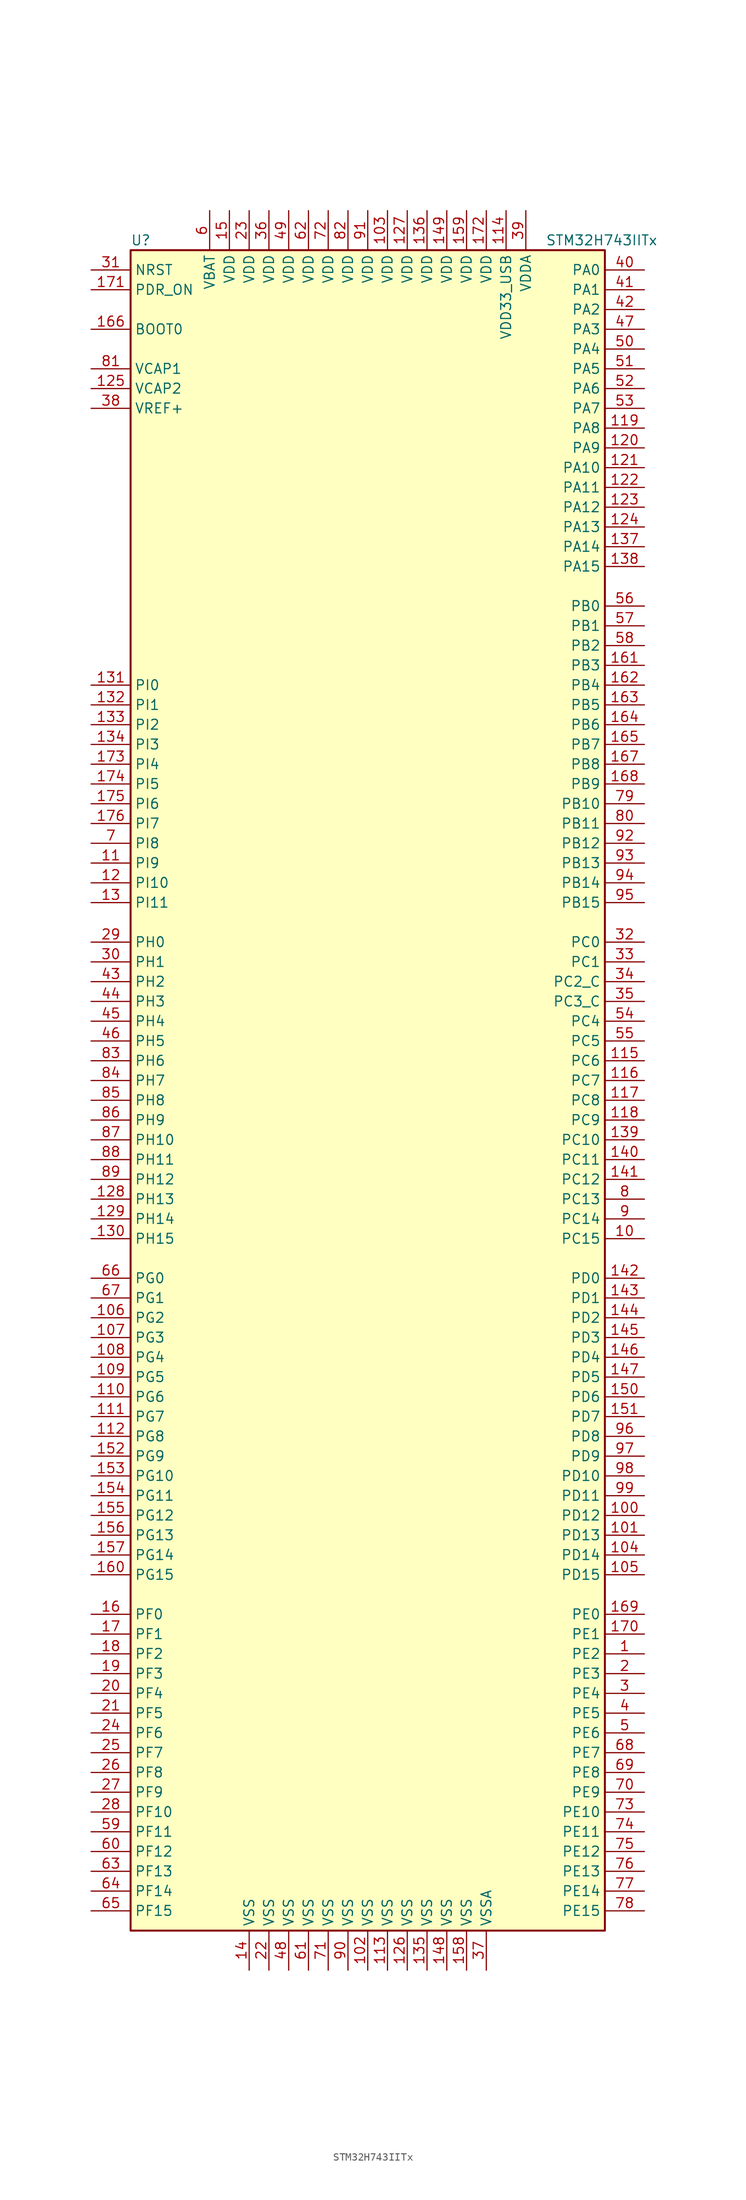
<source format=kicad_sym>
(kicad_symbol_lib
  (version 20220914)
  (generator kicad_symbol_editor)
  (symbol "STM32H743IITx"
    (property "Reference" "U"
      (at -30.48 107.95 0)
      (effects (font (size 1.27 1.27)) (justify left)))
    (property "Value" "STM32H743IITx"
      (at 22.86 107.95 0)
      (effects (font (size 1.27 1.27)) (justify left)))
    (symbol "STM32H743IITx_0_1"
      (rectangle (start -30.48 -109.22) (end 30.48 106.68) (stroke (width 0.254) (type default)) (fill (type background))))
    (symbol "STM32H743IITx_1_1"
      (pin bidirectional line (at 35.56 -73.66 180) (length 5.08) (name "PE2" (effects (font (size 1.27 1.27)))) (number "1" (effects (font (size 1.27 1.27)))))
      (pin bidirectional line (at 35.56 -20.32 180) (length 5.08) (name "PC15" (effects (font (size 1.27 1.27)))) (number "10" (effects (font (size 1.27 1.27)))))
      (pin bidirectional line (at 35.56 -55.88 180) (length 5.08) (name "PD12" (effects (font (size 1.27 1.27)))) (number "100" (effects (font (size 1.27 1.27)))))
      (pin bidirectional line (at 35.56 -58.42 180) (length 5.08) (name "PD13" (effects (font (size 1.27 1.27)))) (number "101" (effects (font (size 1.27 1.27)))))
      (pin power_in line (at 0 -114.3 90) (length 5.08) (name "VSS" (effects (font (size 1.27 1.27)))) (number "102" (effects (font (size 1.27 1.27)))))
      (pin power_in line (at 2.54 111.76 270) (length 5.08) (name "VDD" (effects (font (size 1.27 1.27)))) (number "103" (effects (font (size 1.27 1.27)))))
      (pin bidirectional line (at 35.56 -60.96 180) (length 5.08) (name "PD14" (effects (font (size 1.27 1.27)))) (number "104" (effects (font (size 1.27 1.27)))))
      (pin bidirectional line (at 35.56 -63.5 180) (length 5.08) (name "PD15" (effects (font (size 1.27 1.27)))) (number "105" (effects (font (size 1.27 1.27)))))
      (pin bidirectional line (at -35.56 -30.48 0) (length 5.08) (name "PG2" (effects (font (size 1.27 1.27)))) (number "106" (effects (font (size 1.27 1.27)))))
      (pin bidirectional line (at -35.56 -33.02 0) (length 5.08) (name "PG3" (effects (font (size 1.27 1.27)))) (number "107" (effects (font (size 1.27 1.27)))))
      (pin bidirectional line (at -35.56 -35.56 0) (length 5.08) (name "PG4" (effects (font (size 1.27 1.27)))) (number "108" (effects (font (size 1.27 1.27)))))
      (pin bidirectional line (at -35.56 -38.1 0) (length 5.08) (name "PG5" (effects (font (size 1.27 1.27)))) (number "109" (effects (font (size 1.27 1.27)))))
      (pin bidirectional line (at -35.56 27.94 0) (length 5.08) (name "PI9" (effects (font (size 1.27 1.27)))) (number "11" (effects (font (size 1.27 1.27)))))
      (pin bidirectional line (at -35.56 -40.64 0) (length 5.08) (name "PG6" (effects (font (size 1.27 1.27)))) (number "110" (effects (font (size 1.27 1.27)))))
      (pin bidirectional line (at -35.56 -43.18 0) (length 5.08) (name "PG7" (effects (font (size 1.27 1.27)))) (number "111" (effects (font (size 1.27 1.27)))))
      (pin bidirectional line (at -35.56 -45.72 0) (length 5.08) (name "PG8" (effects (font (size 1.27 1.27)))) (number "112" (effects (font (size 1.27 1.27)))))
      (pin power_in line (at 2.54 -114.3 90) (length 5.08) (name "VSS" (effects (font (size 1.27 1.27)))) (number "113" (effects (font (size 1.27 1.27)))))
      (pin power_in line (at 17.78 111.76 270) (length 5.08) (name "VDD33_USB" (effects (font (size 1.27 1.27)))) (number "114" (effects (font (size 1.27 1.27)))))
      (pin bidirectional line (at 35.56 2.54 180) (length 5.08) (name "PC6" (effects (font (size 1.27 1.27)))) (number "115" (effects (font (size 1.27 1.27)))))
      (pin bidirectional line (at 35.56 0 180) (length 5.08) (name "PC7" (effects (font (size 1.27 1.27)))) (number "116" (effects (font (size 1.27 1.27)))))
      (pin bidirectional line (at 35.56 -2.54 180) (length 5.08) (name "PC8" (effects (font (size 1.27 1.27)))) (number "117" (effects (font (size 1.27 1.27)))))
      (pin bidirectional line (at 35.56 -5.08 180) (length 5.08) (name "PC9" (effects (font (size 1.27 1.27)))) (number "118" (effects (font (size 1.27 1.27)))))
      (pin bidirectional line (at 35.56 83.82 180) (length 5.08) (name "PA8" (effects (font (size 1.27 1.27)))) (number "119" (effects (font (size 1.27 1.27)))))
      (pin bidirectional line (at -35.56 25.4 0) (length 5.08) (name "PI10" (effects (font (size 1.27 1.27)))) (number "12" (effects (font (size 1.27 1.27)))))
      (pin bidirectional line (at 35.56 81.28 180) (length 5.08) (name "PA9" (effects (font (size 1.27 1.27)))) (number "120" (effects (font (size 1.27 1.27)))))
      (pin bidirectional line (at 35.56 78.74 180) (length 5.08) (name "PA10" (effects (font (size 1.27 1.27)))) (number "121" (effects (font (size 1.27 1.27)))))
      (pin bidirectional line (at 35.56 76.2 180) (length 5.08) (name "PA11" (effects (font (size 1.27 1.27)))) (number "122" (effects (font (size 1.27 1.27)))))
      (pin bidirectional line (at 35.56 73.66 180) (length 5.08) (name "PA12" (effects (font (size 1.27 1.27)))) (number "123" (effects (font (size 1.27 1.27)))))
      (pin bidirectional line (at 35.56 71.12 180) (length 5.08) (name "PA13" (effects (font (size 1.27 1.27)))) (number "124" (effects (font (size 1.27 1.27)))))
      (pin power_in line (at -35.56 88.9 0) (length 5.08) (name "VCAP2" (effects (font (size 1.27 1.27)))) (number "125" (effects (font (size 1.27 1.27)))))
      (pin power_in line (at 5.08 -114.3 90) (length 5.08) (name "VSS" (effects (font (size 1.27 1.27)))) (number "126" (effects (font (size 1.27 1.27)))))
      (pin power_in line (at 5.08 111.76 270) (length 5.08) (name "VDD" (effects (font (size 1.27 1.27)))) (number "127" (effects (font (size 1.27 1.27)))))
      (pin bidirectional line (at -35.56 -15.24 0) (length 5.08) (name "PH13" (effects (font (size 1.27 1.27)))) (number "128" (effects (font (size 1.27 1.27)))))
      (pin bidirectional line (at -35.56 -17.78 0) (length 5.08) (name "PH14" (effects (font (size 1.27 1.27)))) (number "129" (effects (font (size 1.27 1.27)))))
      (pin bidirectional line (at -35.56 22.86 0) (length 5.08) (name "PI11" (effects (font (size 1.27 1.27)))) (number "13" (effects (font (size 1.27 1.27)))))
      (pin bidirectional line (at -35.56 -20.32 0) (length 5.08) (name "PH15" (effects (font (size 1.27 1.27)))) (number "130" (effects (font (size 1.27 1.27)))))
      (pin bidirectional line (at -35.56 50.8 0) (length 5.08) (name "PI0" (effects (font (size 1.27 1.27)))) (number "131" (effects (font (size 1.27 1.27)))))
      (pin bidirectional line (at -35.56 48.26 0) (length 5.08) (name "PI1" (effects (font (size 1.27 1.27)))) (number "132" (effects (font (size 1.27 1.27)))))
      (pin bidirectional line (at -35.56 45.72 0) (length 5.08) (name "PI2" (effects (font (size 1.27 1.27)))) (number "133" (effects (font (size 1.27 1.27)))))
      (pin bidirectional line (at -35.56 43.18 0) (length 5.08) (name "PI3" (effects (font (size 1.27 1.27)))) (number "134" (effects (font (size 1.27 1.27)))))
      (pin power_in line (at 7.62 -114.3 90) (length 5.08) (name "VSS" (effects (font (size 1.27 1.27)))) (number "135" (effects (font (size 1.27 1.27)))))
      (pin power_in line (at 7.62 111.76 270) (length 5.08) (name "VDD" (effects (font (size 1.27 1.27)))) (number "136" (effects (font (size 1.27 1.27)))))
      (pin bidirectional line (at 35.56 68.58 180) (length 5.08) (name "PA14" (effects (font (size 1.27 1.27)))) (number "137" (effects (font (size 1.27 1.27)))))
      (pin bidirectional line (at 35.56 66.04 180) (length 5.08) (name "PA15" (effects (font (size 1.27 1.27)))) (number "138" (effects (font (size 1.27 1.27)))))
      (pin bidirectional line (at 35.56 -7.62 180) (length 5.08) (name "PC10" (effects (font (size 1.27 1.27)))) (number "139" (effects (font (size 1.27 1.27)))))
      (pin power_in line (at -15.24 -114.3 90) (length 5.08) (name "VSS" (effects (font (size 1.27 1.27)))) (number "14" (effects (font (size 1.27 1.27)))))
      (pin bidirectional line (at 35.56 -10.16 180) (length 5.08) (name "PC11" (effects (font (size 1.27 1.27)))) (number "140" (effects (font (size 1.27 1.27)))))
      (pin bidirectional line (at 35.56 -12.7 180) (length 5.08) (name "PC12" (effects (font (size 1.27 1.27)))) (number "141" (effects (font (size 1.27 1.27)))))
      (pin bidirectional line (at 35.56 -25.4 180) (length 5.08) (name "PD0" (effects (font (size 1.27 1.27)))) (number "142" (effects (font (size 1.27 1.27)))))
      (pin bidirectional line (at 35.56 -27.94 180) (length 5.08) (name "PD1" (effects (font (size 1.27 1.27)))) (number "143" (effects (font (size 1.27 1.27)))))
      (pin bidirectional line (at 35.56 -30.48 180) (length 5.08) (name "PD2" (effects (font (size 1.27 1.27)))) (number "144" (effects (font (size 1.27 1.27)))))
      (pin bidirectional line (at 35.56 -33.02 180) (length 5.08) (name "PD3" (effects (font (size 1.27 1.27)))) (number "145" (effects (font (size 1.27 1.27)))))
      (pin bidirectional line (at 35.56 -35.56 180) (length 5.08) (name "PD4" (effects (font (size 1.27 1.27)))) (number "146" (effects (font (size 1.27 1.27)))))
      (pin bidirectional line (at 35.56 -38.1 180) (length 5.08) (name "PD5" (effects (font (size 1.27 1.27)))) (number "147" (effects (font (size 1.27 1.27)))))
      (pin power_in line (at 10.16 -114.3 90) (length 5.08) (name "VSS" (effects (font (size 1.27 1.27)))) (number "148" (effects (font (size 1.27 1.27)))))
      (pin power_in line (at 10.16 111.76 270) (length 5.08) (name "VDD" (effects (font (size 1.27 1.27)))) (number "149" (effects (font (size 1.27 1.27)))))
      (pin power_in line (at -17.78 111.76 270) (length 5.08) (name "VDD" (effects (font (size 1.27 1.27)))) (number "15" (effects (font (size 1.27 1.27)))))
      (pin bidirectional line (at 35.56 -40.64 180) (length 5.08) (name "PD6" (effects (font (size 1.27 1.27)))) (number "150" (effects (font (size 1.27 1.27)))))
      (pin bidirectional line (at 35.56 -43.18 180) (length 5.08) (name "PD7" (effects (font (size 1.27 1.27)))) (number "151" (effects (font (size 1.27 1.27)))))
      (pin bidirectional line (at -35.56 -48.26 0) (length 5.08) (name "PG9" (effects (font (size 1.27 1.27)))) (number "152" (effects (font (size 1.27 1.27)))))
      (pin bidirectional line (at -35.56 -50.8 0) (length 5.08) (name "PG10" (effects (font (size 1.27 1.27)))) (number "153" (effects (font (size 1.27 1.27)))))
      (pin bidirectional line (at -35.56 -53.34 0) (length 5.08) (name "PG11" (effects (font (size 1.27 1.27)))) (number "154" (effects (font (size 1.27 1.27)))))
      (pin bidirectional line (at -35.56 -55.88 0) (length 5.08) (name "PG12" (effects (font (size 1.27 1.27)))) (number "155" (effects (font (size 1.27 1.27)))))
      (pin bidirectional line (at -35.56 -58.42 0) (length 5.08) (name "PG13" (effects (font (size 1.27 1.27)))) (number "156" (effects (font (size 1.27 1.27)))))
      (pin bidirectional line (at -35.56 -60.96 0) (length 5.08) (name "PG14" (effects (font (size 1.27 1.27)))) (number "157" (effects (font (size 1.27 1.27)))))
      (pin power_in line (at 12.7 -114.3 90) (length 5.08) (name "VSS" (effects (font (size 1.27 1.27)))) (number "158" (effects (font (size 1.27 1.27)))))
      (pin power_in line (at 12.7 111.76 270) (length 5.08) (name "VDD" (effects (font (size 1.27 1.27)))) (number "159" (effects (font (size 1.27 1.27)))))
      (pin bidirectional line (at -35.56 -68.58 0) (length 5.08) (name "PF0" (effects (font (size 1.27 1.27)))) (number "16" (effects (font (size 1.27 1.27)))))
      (pin bidirectional line (at -35.56 -63.5 0) (length 5.08) (name "PG15" (effects (font (size 1.27 1.27)))) (number "160" (effects (font (size 1.27 1.27)))))
      (pin bidirectional line (at 35.56 53.34 180) (length 5.08) (name "PB3" (effects (font (size 1.27 1.27)))) (number "161" (effects (font (size 1.27 1.27)))))
      (pin bidirectional line (at 35.56 50.8 180) (length 5.08) (name "PB4" (effects (font (size 1.27 1.27)))) (number "162" (effects (font (size 1.27 1.27)))))
      (pin bidirectional line (at 35.56 48.26 180) (length 5.08) (name "PB5" (effects (font (size 1.27 1.27)))) (number "163" (effects (font (size 1.27 1.27)))))
      (pin bidirectional line (at 35.56 45.72 180) (length 5.08) (name "PB6" (effects (font (size 1.27 1.27)))) (number "164" (effects (font (size 1.27 1.27)))))
      (pin bidirectional line (at 35.56 43.18 180) (length 5.08) (name "PB7" (effects (font (size 1.27 1.27)))) (number "165" (effects (font (size 1.27 1.27)))))
      (pin input line (at -35.56 96.52 0) (length 5.08) (name "BOOT0" (effects (font (size 1.27 1.27)))) (number "166" (effects (font (size 1.27 1.27)))))
      (pin bidirectional line (at 35.56 40.64 180) (length 5.08) (name "PB8" (effects (font (size 1.27 1.27)))) (number "167" (effects (font (size 1.27 1.27)))))
      (pin bidirectional line (at 35.56 38.1 180) (length 5.08) (name "PB9" (effects (font (size 1.27 1.27)))) (number "168" (effects (font (size 1.27 1.27)))))
      (pin bidirectional line (at 35.56 -68.58 180) (length 5.08) (name "PE0" (effects (font (size 1.27 1.27)))) (number "169" (effects (font (size 1.27 1.27)))))
      (pin bidirectional line (at -35.56 -71.12 0) (length 5.08) (name "PF1" (effects (font (size 1.27 1.27)))) (number "17" (effects (font (size 1.27 1.27)))))
      (pin bidirectional line (at 35.56 -71.12 180) (length 5.08) (name "PE1" (effects (font (size 1.27 1.27)))) (number "170" (effects (font (size 1.27 1.27)))))
      (pin input line (at -35.56 101.6 0) (length 5.08) (name "PDR_ON" (effects (font (size 1.27 1.27)))) (number "171" (effects (font (size 1.27 1.27)))))
      (pin power_in line (at 15.24 111.76 270) (length 5.08) (name "VDD" (effects (font (size 1.27 1.27)))) (number "172" (effects (font (size 1.27 1.27)))))
      (pin bidirectional line (at -35.56 40.64 0) (length 5.08) (name "PI4" (effects (font (size 1.27 1.27)))) (number "173" (effects (font (size 1.27 1.27)))))
      (pin bidirectional line (at -35.56 38.1 0) (length 5.08) (name "PI5" (effects (font (size 1.27 1.27)))) (number "174" (effects (font (size 1.27 1.27)))))
      (pin bidirectional line (at -35.56 35.56 0) (length 5.08) (name "PI6" (effects (font (size 1.27 1.27)))) (number "175" (effects (font (size 1.27 1.27)))))
      (pin bidirectional line (at -35.56 33.02 0) (length 5.08) (name "PI7" (effects (font (size 1.27 1.27)))) (number "176" (effects (font (size 1.27 1.27)))))
      (pin bidirectional line (at -35.56 -73.66 0) (length 5.08) (name "PF2" (effects (font (size 1.27 1.27)))) (number "18" (effects (font (size 1.27 1.27)))))
      (pin bidirectional line (at -35.56 -76.2 0) (length 5.08) (name "PF3" (effects (font (size 1.27 1.27)))) (number "19" (effects (font (size 1.27 1.27)))))
      (pin bidirectional line (at 35.56 -76.2 180) (length 5.08) (name "PE3" (effects (font (size 1.27 1.27)))) (number "2" (effects (font (size 1.27 1.27)))))
      (pin bidirectional line (at -35.56 -78.74 0) (length 5.08) (name "PF4" (effects (font (size 1.27 1.27)))) (number "20" (effects (font (size 1.27 1.27)))))
      (pin bidirectional line (at -35.56 -81.28 0) (length 5.08) (name "PF5" (effects (font (size 1.27 1.27)))) (number "21" (effects (font (size 1.27 1.27)))))
      (pin power_in line (at -12.7 -114.3 90) (length 5.08) (name "VSS" (effects (font (size 1.27 1.27)))) (number "22" (effects (font (size 1.27 1.27)))))
      (pin power_in line (at -15.24 111.76 270) (length 5.08) (name "VDD" (effects (font (size 1.27 1.27)))) (number "23" (effects (font (size 1.27 1.27)))))
      (pin bidirectional line (at -35.56 -83.82 0) (length 5.08) (name "PF6" (effects (font (size 1.27 1.27)))) (number "24" (effects (font (size 1.27 1.27)))))
      (pin bidirectional line (at -35.56 -86.36 0) (length 5.08) (name "PF7" (effects (font (size 1.27 1.27)))) (number "25" (effects (font (size 1.27 1.27)))))
      (pin bidirectional line (at -35.56 -88.9 0) (length 5.08) (name "PF8" (effects (font (size 1.27 1.27)))) (number "26" (effects (font (size 1.27 1.27)))))
      (pin bidirectional line (at -35.56 -91.44 0) (length 5.08) (name "PF9" (effects (font (size 1.27 1.27)))) (number "27" (effects (font (size 1.27 1.27)))))
      (pin bidirectional line (at -35.56 -93.98 0) (length 5.08) (name "PF10" (effects (font (size 1.27 1.27)))) (number "28" (effects (font (size 1.27 1.27)))))
      (pin input line (at -35.56 17.78 0) (length 5.08) (name "PH0" (effects (font (size 1.27 1.27)))) (number "29" (effects (font (size 1.27 1.27)))))
      (pin bidirectional line (at 35.56 -78.74 180) (length 5.08) (name "PE4" (effects (font (size 1.27 1.27)))) (number "3" (effects (font (size 1.27 1.27)))))
      (pin input line (at -35.56 15.24 0) (length 5.08) (name "PH1" (effects (font (size 1.27 1.27)))) (number "30" (effects (font (size 1.27 1.27)))))
      (pin input line (at -35.56 104.14 0) (length 5.08) (name "NRST" (effects (font (size 1.27 1.27)))) (number "31" (effects (font (size 1.27 1.27)))))
      (pin bidirectional line (at 35.56 17.78 180) (length 5.08) (name "PC0" (effects (font (size 1.27 1.27)))) (number "32" (effects (font (size 1.27 1.27)))))
      (pin bidirectional line (at 35.56 15.24 180) (length 5.08) (name "PC1" (effects (font (size 1.27 1.27)))) (number "33" (effects (font (size 1.27 1.27)))))
      (pin bidirectional line (at 35.56 12.7 180) (length 5.08) (name "PC2_C" (effects (font (size 1.27 1.27)))) (number "34" (effects (font (size 1.27 1.27)))))
      (pin bidirectional line (at 35.56 10.16 180) (length 5.08) (name "PC3_C" (effects (font (size 1.27 1.27)))) (number "35" (effects (font (size 1.27 1.27)))))
      (pin power_in line (at -12.7 111.76 270) (length 5.08) (name "VDD" (effects (font (size 1.27 1.27)))) (number "36" (effects (font (size 1.27 1.27)))))
      (pin power_in line (at 15.24 -114.3 90) (length 5.08) (name "VSSA" (effects (font (size 1.27 1.27)))) (number "37" (effects (font (size 1.27 1.27)))))
      (pin bidirectional line (at -35.56 86.36 0) (length 5.08) (name "VREF+" (effects (font (size 1.27 1.27)))) (number "38" (effects (font (size 1.27 1.27)))))
      (pin power_in line (at 20.32 111.76 270) (length 5.08) (name "VDDA" (effects (font (size 1.27 1.27)))) (number "39" (effects (font (size 1.27 1.27)))))
      (pin bidirectional line (at 35.56 -81.28 180) (length 5.08) (name "PE5" (effects (font (size 1.27 1.27)))) (number "4" (effects (font (size 1.27 1.27)))))
      (pin bidirectional line (at 35.56 104.14 180) (length 5.08) (name "PA0" (effects (font (size 1.27 1.27)))) (number "40" (effects (font (size 1.27 1.27)))))
      (pin bidirectional line (at 35.56 101.6 180) (length 5.08) (name "PA1" (effects (font (size 1.27 1.27)))) (number "41" (effects (font (size 1.27 1.27)))))
      (pin bidirectional line (at 35.56 99.06 180) (length 5.08) (name "PA2" (effects (font (size 1.27 1.27)))) (number "42" (effects (font (size 1.27 1.27)))))
      (pin bidirectional line (at -35.56 12.7 0) (length 5.08) (name "PH2" (effects (font (size 1.27 1.27)))) (number "43" (effects (font (size 1.27 1.27)))))
      (pin bidirectional line (at -35.56 10.16 0) (length 5.08) (name "PH3" (effects (font (size 1.27 1.27)))) (number "44" (effects (font (size 1.27 1.27)))))
      (pin bidirectional line (at -35.56 7.62 0) (length 5.08) (name "PH4" (effects (font (size 1.27 1.27)))) (number "45" (effects (font (size 1.27 1.27)))))
      (pin bidirectional line (at -35.56 5.08 0) (length 5.08) (name "PH5" (effects (font (size 1.27 1.27)))) (number "46" (effects (font (size 1.27 1.27)))))
      (pin bidirectional line (at 35.56 96.52 180) (length 5.08) (name "PA3" (effects (font (size 1.27 1.27)))) (number "47" (effects (font (size 1.27 1.27)))))
      (pin power_in line (at -10.16 -114.3 90) (length 5.08) (name "VSS" (effects (font (size 1.27 1.27)))) (number "48" (effects (font (size 1.27 1.27)))))
      (pin power_in line (at -10.16 111.76 270) (length 5.08) (name "VDD" (effects (font (size 1.27 1.27)))) (number "49" (effects (font (size 1.27 1.27)))))
      (pin bidirectional line (at 35.56 -83.82 180) (length 5.08) (name "PE6" (effects (font (size 1.27 1.27)))) (number "5" (effects (font (size 1.27 1.27)))))
      (pin bidirectional line (at 35.56 93.98 180) (length 5.08) (name "PA4" (effects (font (size 1.27 1.27)))) (number "50" (effects (font (size 1.27 1.27)))))
      (pin bidirectional line (at 35.56 91.44 180) (length 5.08) (name "PA5" (effects (font (size 1.27 1.27)))) (number "51" (effects (font (size 1.27 1.27)))))
      (pin bidirectional line (at 35.56 88.9 180) (length 5.08) (name "PA6" (effects (font (size 1.27 1.27)))) (number "52" (effects (font (size 1.27 1.27)))))
      (pin bidirectional line (at 35.56 86.36 180) (length 5.08) (name "PA7" (effects (font (size 1.27 1.27)))) (number "53" (effects (font (size 1.27 1.27)))))
      (pin bidirectional line (at 35.56 7.62 180) (length 5.08) (name "PC4" (effects (font (size 1.27 1.27)))) (number "54" (effects (font (size 1.27 1.27)))))
      (pin bidirectional line (at 35.56 5.08 180) (length 5.08) (name "PC5" (effects (font (size 1.27 1.27)))) (number "55" (effects (font (size 1.27 1.27)))))
      (pin bidirectional line (at 35.56 60.96 180) (length 5.08) (name "PB0" (effects (font (size 1.27 1.27)))) (number "56" (effects (font (size 1.27 1.27)))))
      (pin bidirectional line (at 35.56 58.42 180) (length 5.08) (name "PB1" (effects (font (size 1.27 1.27)))) (number "57" (effects (font (size 1.27 1.27)))))
      (pin bidirectional line (at 35.56 55.88 180) (length 5.08) (name "PB2" (effects (font (size 1.27 1.27)))) (number "58" (effects (font (size 1.27 1.27)))))
      (pin bidirectional line (at -35.56 -96.52 0) (length 5.08) (name "PF11" (effects (font (size 1.27 1.27)))) (number "59" (effects (font (size 1.27 1.27)))))
      (pin power_in line (at -20.32 111.76 270) (length 5.08) (name "VBAT" (effects (font (size 1.27 1.27)))) (number "6" (effects (font (size 1.27 1.27)))))
      (pin bidirectional line (at -35.56 -99.06 0) (length 5.08) (name "PF12" (effects (font (size 1.27 1.27)))) (number "60" (effects (font (size 1.27 1.27)))))
      (pin power_in line (at -7.62 -114.3 90) (length 5.08) (name "VSS" (effects (font (size 1.27 1.27)))) (number "61" (effects (font (size 1.27 1.27)))))
      (pin power_in line (at -7.62 111.76 270) (length 5.08) (name "VDD" (effects (font (size 1.27 1.27)))) (number "62" (effects (font (size 1.27 1.27)))))
      (pin bidirectional line (at -35.56 -101.6 0) (length 5.08) (name "PF13" (effects (font (size 1.27 1.27)))) (number "63" (effects (font (size 1.27 1.27)))))
      (pin bidirectional line (at -35.56 -104.14 0) (length 5.08) (name "PF14" (effects (font (size 1.27 1.27)))) (number "64" (effects (font (size 1.27 1.27)))))
      (pin bidirectional line (at -35.56 -106.68 0) (length 5.08) (name "PF15" (effects (font (size 1.27 1.27)))) (number "65" (effects (font (size 1.27 1.27)))))
      (pin bidirectional line (at -35.56 -25.4 0) (length 5.08) (name "PG0" (effects (font (size 1.27 1.27)))) (number "66" (effects (font (size 1.27 1.27)))))
      (pin bidirectional line (at -35.56 -27.94 0) (length 5.08) (name "PG1" (effects (font (size 1.27 1.27)))) (number "67" (effects (font (size 1.27 1.27)))))
      (pin bidirectional line (at 35.56 -86.36 180) (length 5.08) (name "PE7" (effects (font (size 1.27 1.27)))) (number "68" (effects (font (size 1.27 1.27)))))
      (pin bidirectional line (at 35.56 -88.9 180) (length 5.08) (name "PE8" (effects (font (size 1.27 1.27)))) (number "69" (effects (font (size 1.27 1.27)))))
      (pin bidirectional line (at -35.56 30.48 0) (length 5.08) (name "PI8" (effects (font (size 1.27 1.27)))) (number "7" (effects (font (size 1.27 1.27)))))
      (pin bidirectional line (at 35.56 -91.44 180) (length 5.08) (name "PE9" (effects (font (size 1.27 1.27)))) (number "70" (effects (font (size 1.27 1.27)))))
      (pin power_in line (at -5.08 -114.3 90) (length 5.08) (name "VSS" (effects (font (size 1.27 1.27)))) (number "71" (effects (font (size 1.27 1.27)))))
      (pin power_in line (at -5.08 111.76 270) (length 5.08) (name "VDD" (effects (font (size 1.27 1.27)))) (number "72" (effects (font (size 1.27 1.27)))))
      (pin bidirectional line (at 35.56 -93.98 180) (length 5.08) (name "PE10" (effects (font (size 1.27 1.27)))) (number "73" (effects (font (size 1.27 1.27)))))
      (pin bidirectional line (at 35.56 -96.52 180) (length 5.08) (name "PE11" (effects (font (size 1.27 1.27)))) (number "74" (effects (font (size 1.27 1.27)))))
      (pin bidirectional line (at 35.56 -99.06 180) (length 5.08) (name "PE12" (effects (font (size 1.27 1.27)))) (number "75" (effects (font (size 1.27 1.27)))))
      (pin bidirectional line (at 35.56 -101.6 180) (length 5.08) (name "PE13" (effects (font (size 1.27 1.27)))) (number "76" (effects (font (size 1.27 1.27)))))
      (pin bidirectional line (at 35.56 -104.14 180) (length 5.08) (name "PE14" (effects (font (size 1.27 1.27)))) (number "77" (effects (font (size 1.27 1.27)))))
      (pin bidirectional line (at 35.56 -106.68 180) (length 5.08) (name "PE15" (effects (font (size 1.27 1.27)))) (number "78" (effects (font (size 1.27 1.27)))))
      (pin bidirectional line (at 35.56 35.56 180) (length 5.08) (name "PB10" (effects (font (size 1.27 1.27)))) (number "79" (effects (font (size 1.27 1.27)))))
      (pin bidirectional line (at 35.56 -15.24 180) (length 5.08) (name "PC13" (effects (font (size 1.27 1.27)))) (number "8" (effects (font (size 1.27 1.27)))))
      (pin bidirectional line (at 35.56 33.02 180) (length 5.08) (name "PB11" (effects (font (size 1.27 1.27)))) (number "80" (effects (font (size 1.27 1.27)))))
      (pin power_in line (at -35.56 91.44 0) (length 5.08) (name "VCAP1" (effects (font (size 1.27 1.27)))) (number "81" (effects (font (size 1.27 1.27)))))
      (pin power_in line (at -2.54 111.76 270) (length 5.08) (name "VDD" (effects (font (size 1.27 1.27)))) (number "82" (effects (font (size 1.27 1.27)))))
      (pin bidirectional line (at -35.56 2.54 0) (length 5.08) (name "PH6" (effects (font (size 1.27 1.27)))) (number "83" (effects (font (size 1.27 1.27)))))
      (pin bidirectional line (at -35.56 0 0) (length 5.08) (name "PH7" (effects (font (size 1.27 1.27)))) (number "84" (effects (font (size 1.27 1.27)))))
      (pin bidirectional line (at -35.56 -2.54 0) (length 5.08) (name "PH8" (effects (font (size 1.27 1.27)))) (number "85" (effects (font (size 1.27 1.27)))))
      (pin bidirectional line (at -35.56 -5.08 0) (length 5.08) (name "PH9" (effects (font (size 1.27 1.27)))) (number "86" (effects (font (size 1.27 1.27)))))
      (pin bidirectional line (at -35.56 -7.62 0) (length 5.08) (name "PH10" (effects (font (size 1.27 1.27)))) (number "87" (effects (font (size 1.27 1.27)))))
      (pin bidirectional line (at -35.56 -10.16 0) (length 5.08) (name "PH11" (effects (font (size 1.27 1.27)))) (number "88" (effects (font (size 1.27 1.27)))))
      (pin bidirectional line (at -35.56 -12.7 0) (length 5.08) (name "PH12" (effects (font (size 1.27 1.27)))) (number "89" (effects (font (size 1.27 1.27)))))
      (pin bidirectional line (at 35.56 -17.78 180) (length 5.08) (name "PC14" (effects (font (size 1.27 1.27)))) (number "9" (effects (font (size 1.27 1.27)))))
      (pin power_in line (at -2.54 -114.3 90) (length 5.08) (name "VSS" (effects (font (size 1.27 1.27)))) (number "90" (effects (font (size 1.27 1.27)))))
      (pin power_in line (at 0 111.76 270) (length 5.08) (name "VDD" (effects (font (size 1.27 1.27)))) (number "91" (effects (font (size 1.27 1.27)))))
      (pin bidirectional line (at 35.56 30.48 180) (length 5.08) (name "PB12" (effects (font (size 1.27 1.27)))) (number "92" (effects (font (size 1.27 1.27)))))
      (pin bidirectional line (at 35.56 27.94 180) (length 5.08) (name "PB13" (effects (font (size 1.27 1.27)))) (number "93" (effects (font (size 1.27 1.27)))))
      (pin bidirectional line (at 35.56 25.4 180) (length 5.08) (name "PB14" (effects (font (size 1.27 1.27)))) (number "94" (effects (font (size 1.27 1.27)))))
      (pin bidirectional line (at 35.56 22.86 180) (length 5.08) (name "PB15" (effects (font (size 1.27 1.27)))) (number "95" (effects (font (size 1.27 1.27)))))
      (pin bidirectional line (at 35.56 -45.72 180) (length 5.08) (name "PD8" (effects (font (size 1.27 1.27)))) (number "96" (effects (font (size 1.27 1.27)))))
      (pin bidirectional line (at 35.56 -48.26 180) (length 5.08) (name "PD9" (effects (font (size 1.27 1.27)))) (number "97" (effects (font (size 1.27 1.27)))))
      (pin bidirectional line (at 35.56 -50.8 180) (length 5.08) (name "PD10" (effects (font (size 1.27 1.27)))) (number "98" (effects (font (size 1.27 1.27)))))
      (pin bidirectional line (at 35.56 -53.34 180) (length 5.08) (name "PD11" (effects (font (size 1.27 1.27)))) (number "99" (effects (font (size 1.27 1.27))))))))
</source>
